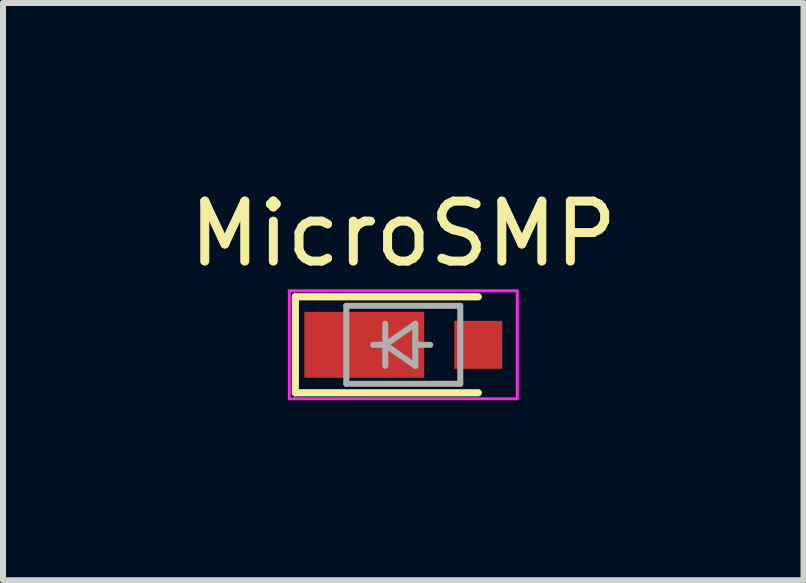
<source format=kicad_pcb>
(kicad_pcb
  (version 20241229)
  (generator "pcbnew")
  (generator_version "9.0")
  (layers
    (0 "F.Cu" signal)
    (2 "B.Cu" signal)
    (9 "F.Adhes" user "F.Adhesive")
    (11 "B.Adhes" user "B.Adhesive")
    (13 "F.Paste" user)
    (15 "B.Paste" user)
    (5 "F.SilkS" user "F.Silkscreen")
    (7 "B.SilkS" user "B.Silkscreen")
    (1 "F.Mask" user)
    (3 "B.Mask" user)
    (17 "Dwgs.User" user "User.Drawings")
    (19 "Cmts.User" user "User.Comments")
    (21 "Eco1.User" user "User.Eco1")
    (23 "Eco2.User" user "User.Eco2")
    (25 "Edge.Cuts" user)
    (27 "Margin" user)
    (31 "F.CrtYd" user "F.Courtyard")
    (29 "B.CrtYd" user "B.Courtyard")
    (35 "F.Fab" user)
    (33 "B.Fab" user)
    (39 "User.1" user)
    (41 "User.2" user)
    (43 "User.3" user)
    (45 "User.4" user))
  (footprint "MicroSMP"
    (layer "F.Cu")
    (at 3.973 2.698)
    (property "Reference" "MicroSMP" (at -0.3 -1.85 0) (layer "F.SilkS") (effects (font (size 1 1) (thickness 0.15))))
    (attr smd)
    (fp_line (start -2.1 -0.8) (end 0.95 -0.8) (stroke (width 0.12) (type solid)) (layer "F.SilkS"))
    (fp_line (start -2.1 0.8) (end -2.1 -0.8) (stroke (width 0.12) (type solid)) (layer "F.SilkS"))
    (fp_line (start 0.95 0.8) (end -2.1 0.8) (stroke (width 0.12) (type solid)) (layer "F.SilkS"))
    (fp_line (start -2.2 -0.9) (end 1.6 -0.9) (stroke (width 0.05) (type solid)) (layer "F.CrtYd"))
    (fp_line (start -2.2 0.9) (end -2.2 -0.9) (stroke (width 0.05) (type solid)) (layer "F.CrtYd"))
    (fp_line (start 1.6 -0.9) (end 1.6 0.9) (stroke (width 0.05) (type solid)) (layer "F.CrtYd"))
    (fp_line (start 1.6 0.9) (end -2.2 0.9) (stroke (width 0.05) (type solid)) (layer "F.CrtYd"))
    (fp_line (start -1.25 -0.65) (end 0.65 -0.65) (stroke (width 0.1) (type solid)) (layer "F.Fab"))
    (fp_line (start -1.25 0.65) (end -1.25 -0.65) (stroke (width 0.1) (type solid)) (layer "F.Fab"))
    (fp_line (start -0.6 -0.35) (end -0.6 0.35) (stroke (width 0.1) (type solid)) (layer "F.Fab"))
    (fp_line (start -0.6 0) (end -0.8 0) (stroke (width 0.1) (type solid)) (layer "F.Fab"))
    (fp_line (start -0.6 0) (end -0.1 -0.35) (stroke (width 0.1) (type solid)) (layer "F.Fab"))
    (fp_line (start -0.1 -0.35) (end -0.1 0.35) (stroke (width 0.1) (type solid)) (layer "F.Fab"))
    (fp_line (start -0.1 0) (end 0.15 0) (stroke (width 0.1) (type solid)) (layer "F.Fab"))
    (fp_line (start -0.1 0.35) (end -0.6 0) (stroke (width 0.1) (type solid)) (layer "F.Fab"))
    (fp_line (start 0.65 -0.65) (end 0.65 0.65) (stroke (width 0.1) (type solid)) (layer "F.Fab"))
    (fp_line (start 0.65 0.65) (end -1.25 0.65) (stroke (width 0.1) (type solid)) (layer "F.Fab"))
    (pad "1" smd rect (at -0.95 0 180) (size 2 1.1) (layers "F.Cu" "F.Mask" "F.Paste"))
    (pad "2" smd rect (at 0.95 0 180) (size 0.8 0.8) (layers "F.Cu" "F.Mask" "F.Paste")))
  (gr_rect
    (start -3 -3)
    (end 10.345 6.623)
    (stroke (width 0.1) (type default))
    (fill no)
    (layer "Edge.Cuts")))
</source>
